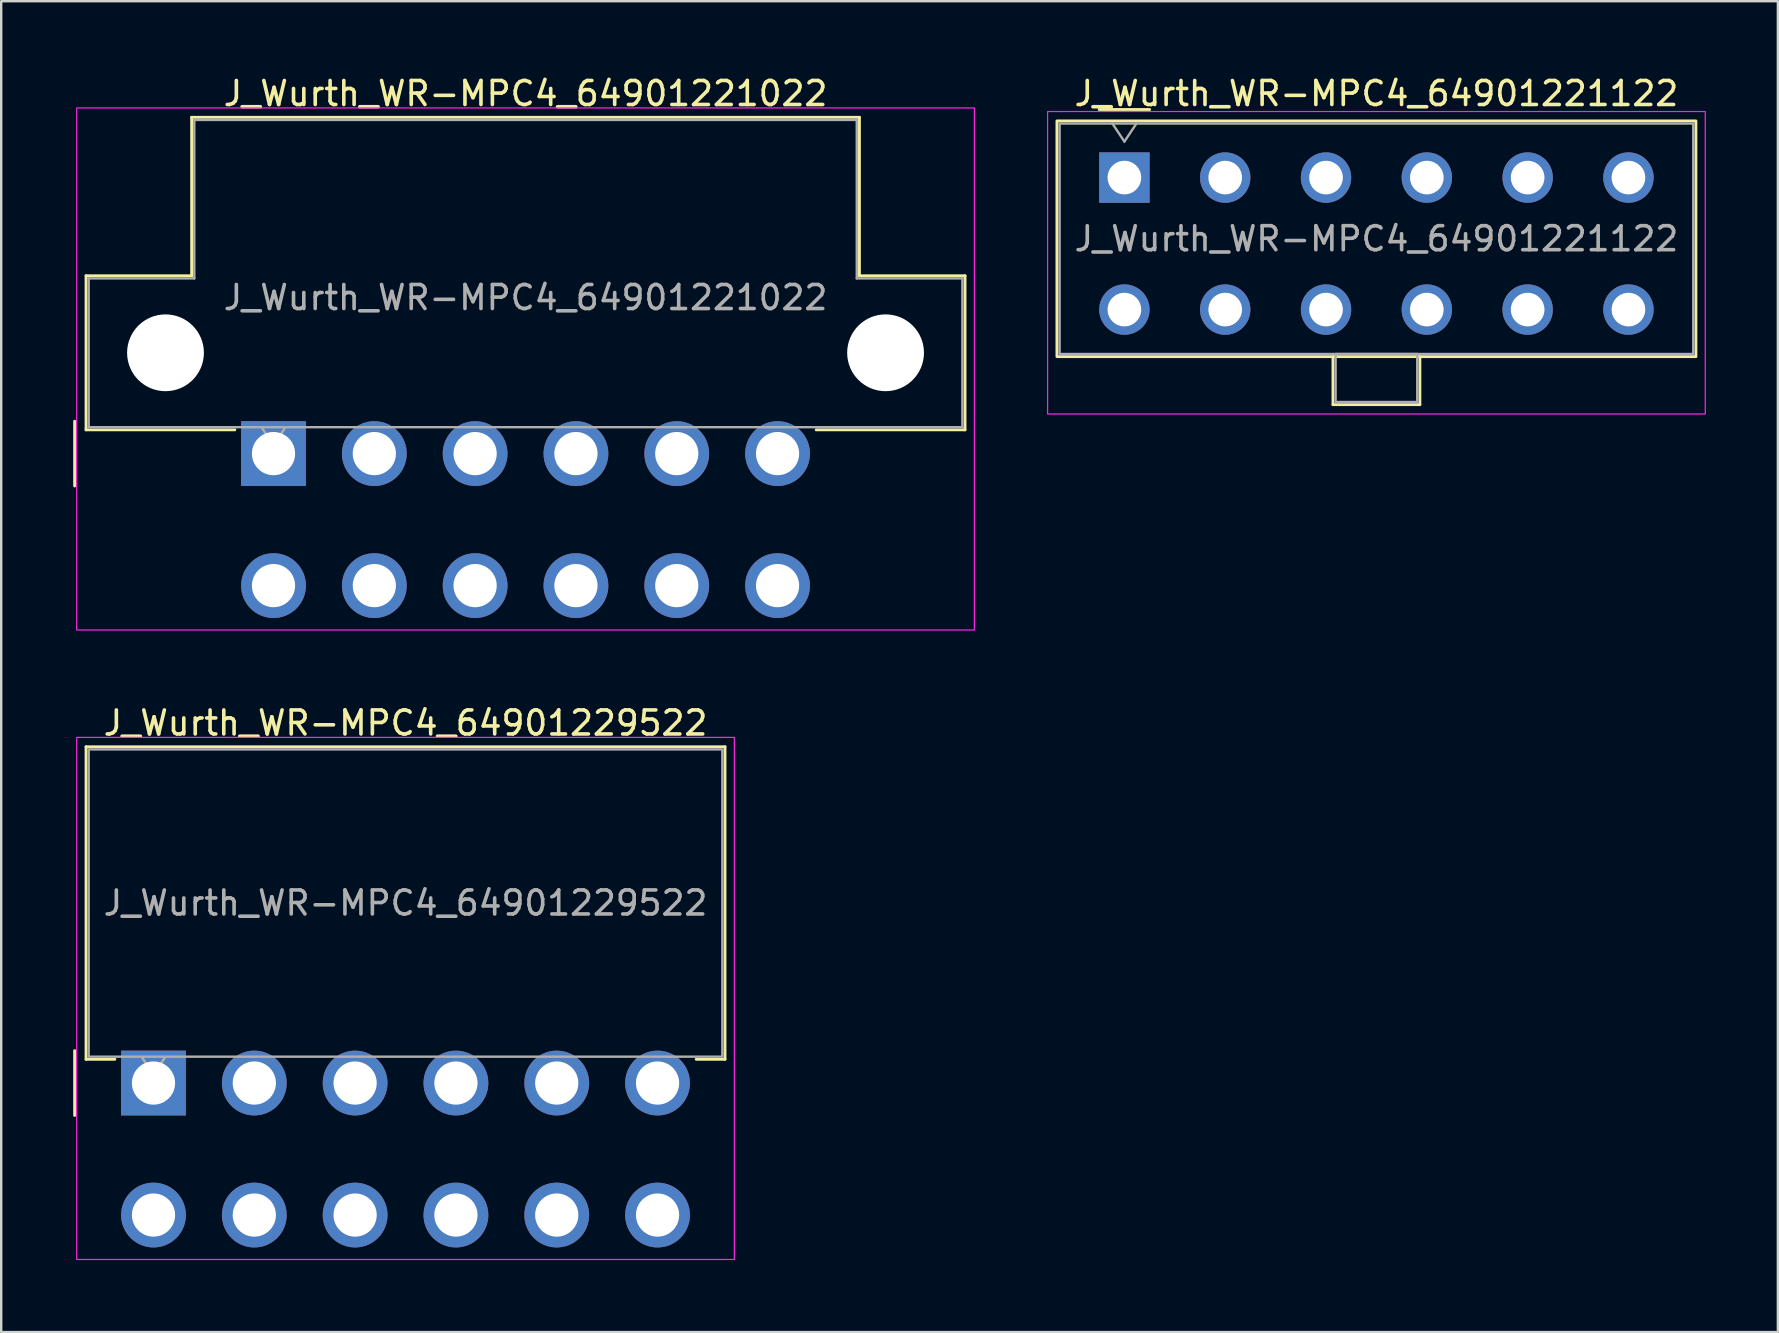
<source format=kicad_pcb>
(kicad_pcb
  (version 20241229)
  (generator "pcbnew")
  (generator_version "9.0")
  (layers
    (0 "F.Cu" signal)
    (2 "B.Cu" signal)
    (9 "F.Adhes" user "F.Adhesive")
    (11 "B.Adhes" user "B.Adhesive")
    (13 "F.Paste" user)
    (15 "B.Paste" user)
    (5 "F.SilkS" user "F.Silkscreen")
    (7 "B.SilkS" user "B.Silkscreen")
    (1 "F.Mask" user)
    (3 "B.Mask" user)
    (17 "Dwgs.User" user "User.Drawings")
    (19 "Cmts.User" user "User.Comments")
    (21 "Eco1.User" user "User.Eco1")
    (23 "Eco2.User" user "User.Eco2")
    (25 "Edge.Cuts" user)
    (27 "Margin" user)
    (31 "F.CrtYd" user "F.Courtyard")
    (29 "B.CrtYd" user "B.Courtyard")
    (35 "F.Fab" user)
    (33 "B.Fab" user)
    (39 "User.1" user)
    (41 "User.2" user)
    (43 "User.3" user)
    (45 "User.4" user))
  (footprint "J_Wurth_WR-MPC4_64901221122"
    (layer "F.Cu")
    (at 43.795 4.348)
    (property "Reference" "J_Wurth_WR-MPC4_64901221122" (at 10.5 -3.5 0) (unlocked yes) (layer "F.SilkS") (effects (font (size 1 1) (thickness 0.15))))
    (attr through_hole)
    (fp_line (start 1.05 -2.835) (end -1.05 -2.835) (stroke (width 0.12) (type solid)) (layer "F.SilkS"))
    (fp_line (start 8.69 9.46) (end 8.69 7.46) (stroke (width 0.12) (type default)) (layer "F.SilkS"))
    (fp_line (start 12.31 7.46) (end 12.31 9.46) (stroke (width 0.12) (type default)) (layer "F.SilkS"))
    (fp_line (start 12.31 9.46) (end 8.69 9.46) (stroke (width 0.12) (type default)) (layer "F.SilkS"))
    (fp_rect (start -2.81 -2.36) (end 23.81 7.46) (stroke (width 0.12) (type solid)) (fill no) (layer "F.SilkS"))
    (fp_rect (start -3.2 -2.75) (end 24.2 9.85) (stroke (width 0.05) (type solid)) (fill no) (layer "F.CrtYd"))
    (fp_line (start 0 -1.5) (end -0.5 -2.25) (stroke (width 0.1) (type solid)) (layer "F.Fab"))
    (fp_line (start 0 -1.5) (end 0.5 -2.25) (stroke (width 0.1) (type solid)) (layer "F.Fab"))
    (fp_rect (start -2.7 -2.25) (end 23.7 7.35) (stroke (width 0.1) (type solid)) (fill no) (layer "F.Fab"))
    (fp_rect (start 8.8 7.35) (end 12.2 9.35) (stroke (width 0.1) (type solid)) (fill no) (layer "F.Fab"))
    (fp_text user "${REFERENCE}" (at 10.5 2.55 0) (unlocked yes) (layer "F.Fab") (effects (font (size 1 1) (thickness 0.15))))
    (pad "1" thru_hole rect (at 0 0 180) (size 2.1 2.1) (drill 1.4) (layers "*.Cu" "*.Mask"))
    (pad "2" thru_hole circle (at 4.2 0 180) (size 2.1 2.1) (drill 1.4) (layers "*.Cu" "*.Mask"))
    (pad "3" thru_hole circle (at 8.4 0 180) (size 2.1 2.1) (drill 1.4) (layers "*.Cu" "*.Mask"))
    (pad "4" thru_hole circle (at 12.6 0 180) (size 2.1 2.1) (drill 1.4) (layers "*.Cu" "*.Mask"))
    (pad "5" thru_hole circle (at 16.8 0 180) (size 2.1 2.1) (drill 1.4) (layers "*.Cu" "*.Mask"))
    (pad "6" thru_hole circle (at 21 0 180) (size 2.1 2.1) (drill 1.4) (layers "*.Cu" "*.Mask"))
    (pad "7" thru_hole circle (at 0 5.5 180) (size 2.1 2.1) (drill 1.4) (layers "*.Cu" "*.Mask"))
    (pad "8" thru_hole circle (at 4.2 5.5 180) (size 2.1 2.1) (drill 1.4) (layers "*.Cu" "*.Mask"))
    (pad "9" thru_hole circle (at 8.4 5.5 180) (size 2.1 2.1) (drill 1.4) (layers "*.Cu" "*.Mask"))
    (pad "10" thru_hole circle (at 12.6 5.5 180) (size 2.1 2.1) (drill 1.4) (layers "*.Cu" "*.Mask"))
    (pad "11" thru_hole circle (at 16.8 5.5 180) (size 2.1 2.1) (drill 1.4) (layers "*.Cu" "*.Mask"))
    (pad "12" thru_hole circle (at 21 5.5 180) (size 2.1 2.1) (drill 1.4) (layers "*.Cu" "*.Mask")))
  (footprint "J_Wurth_WR-MPC4_64901221022"
    (layer "F.Cu")
    (at 8.345 15.848)
    (property "Reference" "J_Wurth_WR-MPC4_64901221022" (at 10.5 -15 0) (unlocked yes) (layer "F.SilkS") (effects (font (size 1 1) (thickness 0.15))))
    (attr through_hole)
    (fp_line (start -8.285 -1.35) (end -8.285 1.35) (stroke (width 0.12) (type solid)) (layer "F.SilkS"))
    (fp_line (start -7.81 -7.41) (end -3.41 -7.41) (stroke (width 0.12) (type default)) (layer "F.SilkS"))
    (fp_line (start -7.81 -0.99) (end -7.81 -7.41) (stroke (width 0.12) (type default)) (layer "F.SilkS"))
    (fp_line (start -7.81 -0.99) (end -1.61 -0.99) (stroke (width 0.12) (type solid)) (layer "F.SilkS"))
    (fp_line (start -3.41 -14.01) (end -3.41 -7.41) (stroke (width 0.12) (type solid)) (layer "F.SilkS"))
    (fp_line (start 22.61 -0.99) (end 28.81 -0.99) (stroke (width 0.12) (type solid)) (layer "F.SilkS"))
    (fp_line (start 24.41 -14.01) (end -3.41 -14.01) (stroke (width 0.12) (type solid)) (layer "F.SilkS"))
    (fp_line (start 24.41 -7.41) (end 24.41 -14.01) (stroke (width 0.12) (type solid)) (layer "F.SilkS"))
    (fp_line (start 28.81 -7.41) (end 24.41 -7.41) (stroke (width 0.12) (type default)) (layer "F.SilkS"))
    (fp_line (start 28.81 -0.99) (end 28.81 -7.41) (stroke (width 0.12) (type default)) (layer "F.SilkS"))
    (fp_rect (start -8.2 -14.4) (end 29.2 7.35) (stroke (width 0.05) (type solid)) (fill no) (layer "F.CrtYd"))
    (fp_line (start -7.7 -1.1) (end -7.7 -7.3) (stroke (width 0.1) (type default)) (layer "F.Fab"))
    (fp_line (start -7.7 -1.1) (end 28.7 -1.1) (stroke (width 0.1) (type solid)) (layer "F.Fab"))
    (fp_line (start -3.3 -13.9) (end -3.3 -7.3) (stroke (width 0.1) (type solid)) (layer "F.Fab"))
    (fp_line (start -3.3 -7.3) (end -7.7 -7.3) (stroke (width 0.1) (type default)) (layer "F.Fab"))
    (fp_line (start 0 -0.35) (end -0.5 -1.1) (stroke (width 0.1) (type solid)) (layer "F.Fab"))
    (fp_line (start 0 -0.35) (end 0.5 -1.1) (stroke (width 0.1) (type solid)) (layer "F.Fab"))
    (fp_line (start 24.3 -13.9) (end -3.3 -13.9) (stroke (width 0.1) (type default)) (layer "F.Fab"))
    (fp_line (start 24.3 -7.3) (end 24.3 -13.9) (stroke (width 0.1) (type solid)) (layer "F.Fab"))
    (fp_line (start 24.3 -7.3) (end 28.7 -7.3) (stroke (width 0.1) (type default)) (layer "F.Fab"))
    (fp_line (start 28.7 -1.1) (end 28.7 -7.3) (stroke (width 0.1) (type default)) (layer "F.Fab"))
    (fp_text user "${REFERENCE}" (at 10.5 -6.5 0) (unlocked yes) (layer "F.Fab") (effects (font (size 1 1) (thickness 0.15))))
    (pad "" np_thru_hole circle (at -4.5 -4.2) (size 3.2 3.2) (drill 3.2) (layers "*.Cu" "*.Mask"))
    (pad "" np_thru_hole circle (at 25.5 -4.2) (size 3.2 3.2) (drill 3.2) (layers "*.Cu" "*.Mask"))
    (pad "1" thru_hole rect (at 0 0 180) (size 2.7 2.7) (drill 1.8) (layers "*.Cu" "*.Mask"))
    (pad "2" thru_hole circle (at 4.2 0 180) (size 2.7 2.7) (drill 1.8) (layers "*.Cu" "*.Mask"))
    (pad "3" thru_hole circle (at 8.4 0 180) (size 2.7 2.7) (drill 1.8) (layers "*.Cu" "*.Mask"))
    (pad "4" thru_hole circle (at 12.6 0 180) (size 2.7 2.7) (drill 1.8) (layers "*.Cu" "*.Mask"))
    (pad "5" thru_hole circle (at 16.8 0 180) (size 2.7 2.7) (drill 1.8) (layers "*.Cu" "*.Mask"))
    (pad "6" thru_hole circle (at 21 0 180) (size 2.7 2.7) (drill 1.8) (layers "*.Cu" "*.Mask"))
    (pad "7" thru_hole circle (at 0 5.5 180) (size 2.7 2.7) (drill 1.8) (layers "*.Cu" "*.Mask"))
    (pad "8" thru_hole circle (at 4.2 5.5 180) (size 2.7 2.7) (drill 1.8) (layers "*.Cu" "*.Mask"))
    (pad "9" thru_hole circle (at 8.4 5.5 180) (size 2.7 2.7) (drill 1.8) (layers "*.Cu" "*.Mask"))
    (pad "10" thru_hole circle (at 12.6 5.5 180) (size 2.7 2.7) (drill 1.8) (layers "*.Cu" "*.Mask"))
    (pad "11" thru_hole circle (at 16.8 5.5 180) (size 2.7 2.7) (drill 1.8) (layers "*.Cu" "*.Mask"))
    (pad "12" thru_hole circle (at 21 5.5 180) (size 2.7 2.7) (drill 1.8) (layers "*.Cu" "*.Mask")))
  (footprint "J_Wurth_WR-MPC4_64901229522"
    (layer "F.Cu")
    (at 3.345 42.072)
    (property "Reference" "J_Wurth_WR-MPC4_64901229522" (at 10.5 -15 0) (unlocked yes) (layer "F.SilkS") (effects (font (size 1 1) (thickness 0.15))))
    (attr through_hole)
    (fp_line (start -3.285 -1.35) (end -3.285 1.35) (stroke (width 0.12) (type solid)) (layer "F.SilkS"))
    (fp_line (start -2.81 -14.01) (end 23.81 -14.01) (stroke (width 0.12) (type solid)) (layer "F.SilkS"))
    (fp_line (start -2.81 -0.99) (end -2.81 -14.01) (stroke (width 0.12) (type default)) (layer "F.SilkS"))
    (fp_line (start -1.61 -0.99) (end -2.81 -0.99) (stroke (width 0.12) (type solid)) (layer "F.SilkS"))
    (fp_line (start 23.81 -14.01) (end 23.81 -0.99) (stroke (width 0.12) (type solid)) (layer "F.SilkS"))
    (fp_line (start 23.81 -0.99) (end 22.61 -0.99) (stroke (width 0.12) (type solid)) (layer "F.SilkS"))
    (fp_rect (start -3.2 -14.4) (end 24.2 7.35) (stroke (width 0.05) (type solid)) (fill no) (layer "F.CrtYd"))
    (fp_line (start 0 -0.35) (end -0.5 -1.1) (stroke (width 0.1) (type solid)) (layer "F.Fab"))
    (fp_line (start 0 -0.35) (end 0.5 -1.1) (stroke (width 0.1) (type solid)) (layer "F.Fab"))
    (fp_rect (start -2.7 -13.9) (end 23.7 -1.1) (stroke (width 0.1) (type solid)) (fill no) (layer "F.Fab"))
    (fp_text user "${REFERENCE}" (at 10.5 -7.5 0) (unlocked yes) (layer "F.Fab") (effects (font (size 1 1) (thickness 0.15))))
    (pad "1" thru_hole rect (at 0 0 180) (size 2.7 2.7) (drill 1.8) (layers "*.Cu" "*.Mask"))
    (pad "2" thru_hole circle (at 4.2 0 180) (size 2.7 2.7) (drill 1.8) (layers "*.Cu" "*.Mask"))
    (pad "3" thru_hole circle (at 8.4 0 180) (size 2.7 2.7) (drill 1.8) (layers "*.Cu" "*.Mask"))
    (pad "4" thru_hole circle (at 12.6 0 180) (size 2.7 2.7) (drill 1.8) (layers "*.Cu" "*.Mask"))
    (pad "5" thru_hole circle (at 16.8 0 180) (size 2.7 2.7) (drill 1.8) (layers "*.Cu" "*.Mask"))
    (pad "6" thru_hole circle (at 21 0 180) (size 2.7 2.7) (drill 1.8) (layers "*.Cu" "*.Mask"))
    (pad "7" thru_hole circle (at 0 5.5 180) (size 2.7 2.7) (drill 1.8) (layers "*.Cu" "*.Mask"))
    (pad "8" thru_hole circle (at 4.2 5.5 180) (size 2.7 2.7) (drill 1.8) (layers "*.Cu" "*.Mask"))
    (pad "9" thru_hole circle (at 8.4 5.5 180) (size 2.7 2.7) (drill 1.8) (layers "*.Cu" "*.Mask"))
    (pad "10" thru_hole circle (at 12.6 5.5 180) (size 2.7 2.7) (drill 1.8) (layers "*.Cu" "*.Mask"))
    (pad "11" thru_hole circle (at 16.8 5.5 180) (size 2.7 2.7) (drill 1.8) (layers "*.Cu" "*.Mask"))
    (pad "12" thru_hole circle (at 21 5.5 180) (size 2.7 2.7) (drill 1.8) (layers "*.Cu" "*.Mask")))
  (gr_rect
    (start -3 -3)
    (end 71.02 52.447)
    (stroke (width 0.1) (type default))
    (fill no)
    (layer "Edge.Cuts")))
</source>
